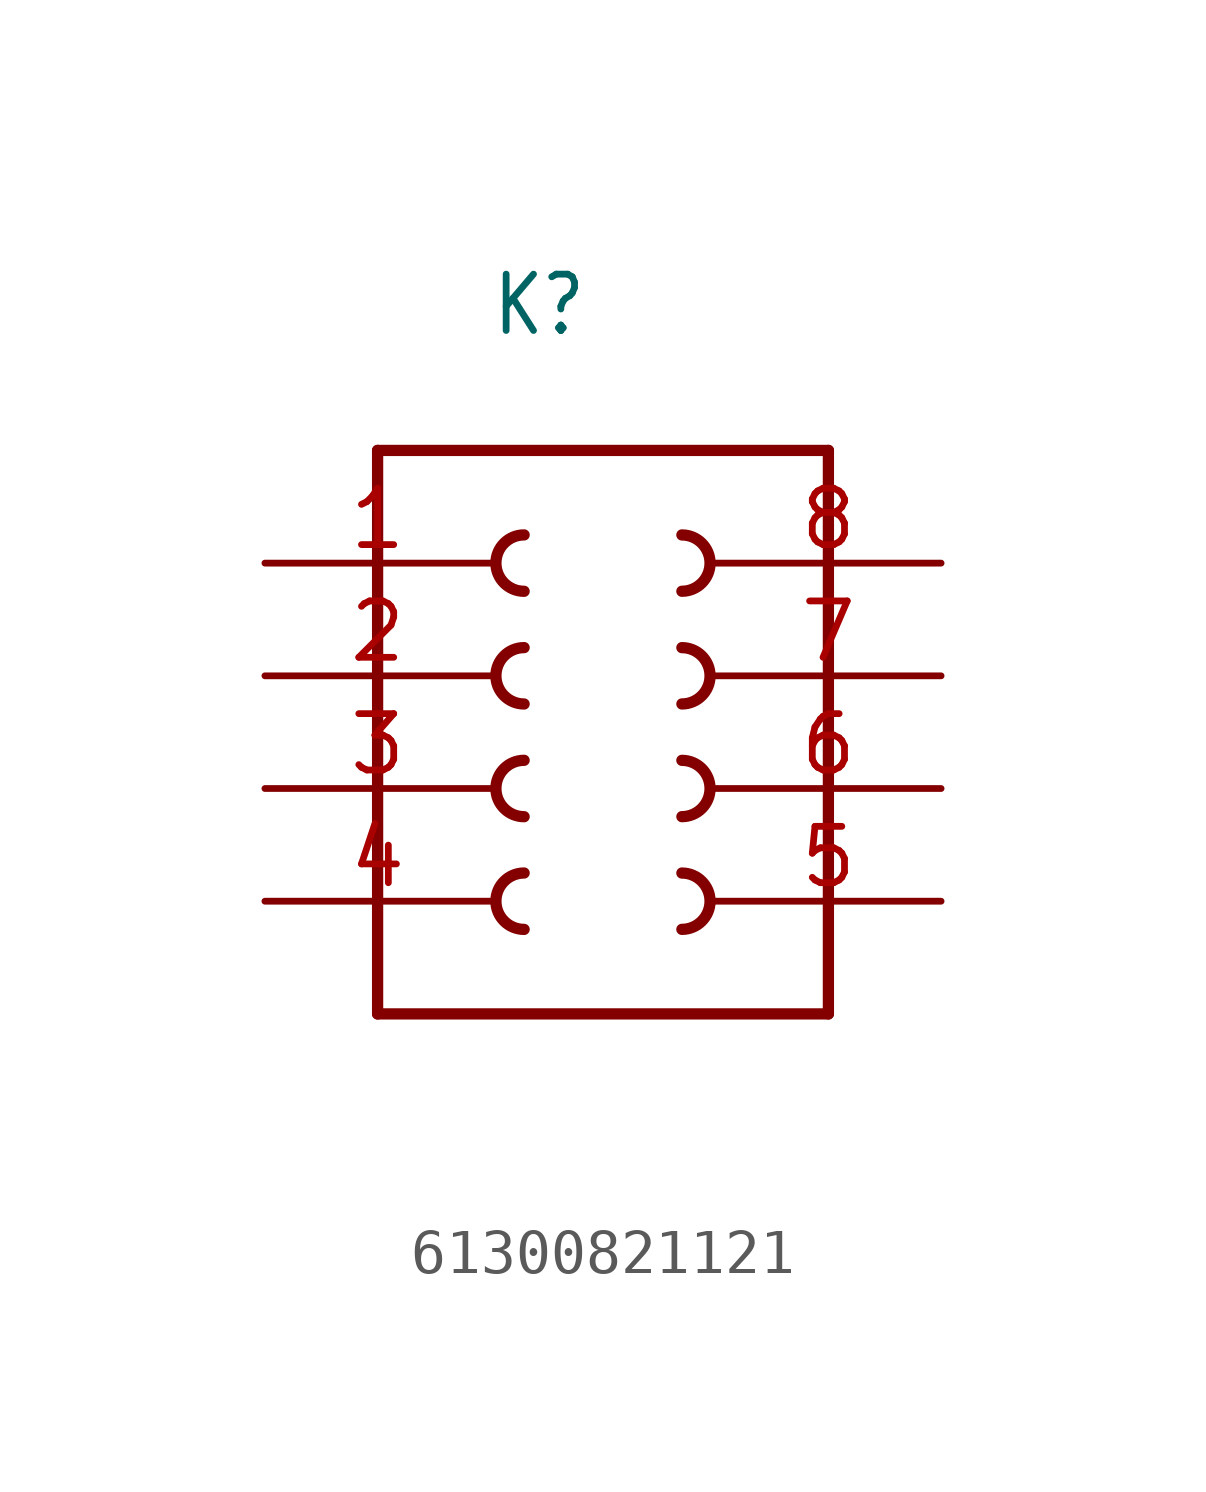
<source format=kicad_sym>
(kicad_symbol_lib
  (version 20220914)
  (generator kicad_symbol_editor)
  (symbol "61300821121"
    (property "Reference" "K"
      (at 0 12.7 0)
      (effects (font (size 1.27 1.079)) (justify left bottom)))
    (property "Value" ""
      (at 0 -5.08 0)
      (effects (font (size 1.27 1.079)) (justify left bottom)))
    (property "ki_locked" ""
      (at 0 0 0)
      (effects (font (size 1.27 1.27))))
    (symbol "61300821121_1_0"
      (polyline (pts (xy -2.54 -2.54) (xy 7.62 -2.54)) (stroke (width 0.254) (type solid)) (fill (type none)))
      (polyline (pts (xy -2.54 10.16) (xy -2.54 -2.54)) (stroke (width 0.254) (type solid)) (fill (type none)))
      (polyline (pts (xy 7.62 -2.54) (xy 7.62 10.16)) (stroke (width 0.254) (type solid)) (fill (type none)))
      (polyline (pts (xy 7.62 10.16) (xy -2.54 10.16)) (stroke (width 0.254) (type solid)) (fill (type none)))
      (arc (start 0.762 0.635) (mid 0.127 0) (end 0.762 -0.635) (stroke (width 0.254) (type solid)) (fill (type none)))
      (arc (start 0.762 3.175) (mid 0.127 2.54) (end 0.762 1.905) (stroke (width 0.254) (type solid)) (fill (type none)))
      (arc (start 0.762 5.715) (mid 0.127 5.08) (end 0.762 4.445) (stroke (width 0.254) (type solid)) (fill (type none)))
      (arc (start 0.762 8.255) (mid 0.127 7.62) (end 0.762 6.985) (stroke (width 0.254) (type solid)) (fill (type none)))
      (arc (start 4.318 -0.635) (mid 4.953 0) (end 4.318 0.635) (stroke (width 0.254) (type solid)) (fill (type none)))
      (arc (start 4.318 1.905) (mid 4.953 2.54) (end 4.318 3.175) (stroke (width 0.254) (type solid)) (fill (type none)))
      (arc (start 4.318 4.445) (mid 4.953 5.08) (end 4.318 5.715) (stroke (width 0.254) (type solid)) (fill (type none)))
      (arc (start 4.318 6.985) (mid 4.953 7.62) (end 4.318 8.255) (stroke (width 0.254) (type solid)) (fill (type none)))
      (pin passive line (at -5.08 7.62 0) (length 5.08) (name "1" (effects (font (size 0 0)))) (number "1" (effects (font (size 1.27 1.27)))))
      (pin passive line (at -5.08 5.08 0) (length 5.08) (name "2" (effects (font (size 0 0)))) (number "2" (effects (font (size 1.27 1.27)))))
      (pin passive line (at -5.08 2.54 0) (length 5.08) (name "3" (effects (font (size 0 0)))) (number "3" (effects (font (size 1.27 1.27)))))
      (pin passive line (at -5.08 0 0) (length 5.08) (name "4" (effects (font (size 0 0)))) (number "4" (effects (font (size 1.27 1.27)))))
      (pin passive line (at 10.16 0 180) (length 5.08) (name "5" (effects (font (size 0 0)))) (number "5" (effects (font (size 1.27 1.27)))))
      (pin passive line (at 10.16 2.54 180) (length 5.08) (name "6" (effects (font (size 0 0)))) (number "6" (effects (font (size 1.27 1.27)))))
      (pin passive line (at 10.16 5.08 180) (length 5.08) (name "7" (effects (font (size 0 0)))) (number "7" (effects (font (size 1.27 1.27)))))
      (pin passive line (at 10.16 7.62 180) (length 5.08) (name "8" (effects (font (size 0 0)))) (number "8" (effects (font (size 1.27 1.27))))))))
</source>
